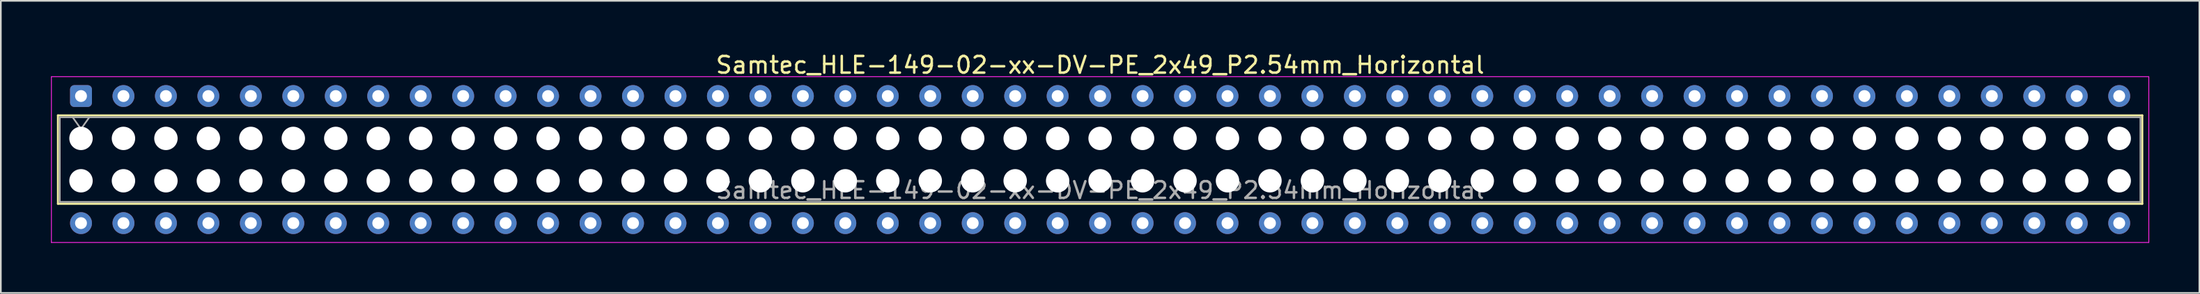
<source format=kicad_pcb>
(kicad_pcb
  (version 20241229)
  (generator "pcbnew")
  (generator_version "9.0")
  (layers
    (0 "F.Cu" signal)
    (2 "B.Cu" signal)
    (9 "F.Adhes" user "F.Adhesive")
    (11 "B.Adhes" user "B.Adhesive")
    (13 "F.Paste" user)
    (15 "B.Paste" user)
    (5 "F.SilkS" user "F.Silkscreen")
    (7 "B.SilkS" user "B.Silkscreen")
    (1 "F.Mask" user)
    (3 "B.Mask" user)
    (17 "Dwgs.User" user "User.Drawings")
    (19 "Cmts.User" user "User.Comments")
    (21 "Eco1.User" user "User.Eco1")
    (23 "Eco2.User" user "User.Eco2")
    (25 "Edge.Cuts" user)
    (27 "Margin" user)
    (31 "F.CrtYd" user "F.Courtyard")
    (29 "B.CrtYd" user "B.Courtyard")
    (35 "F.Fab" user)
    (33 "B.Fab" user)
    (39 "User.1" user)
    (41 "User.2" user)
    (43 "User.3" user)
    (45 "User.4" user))
  (footprint "Samtec_HLE-149-02-xx-DV-PE_2x49_P2.54mm_Horizontal"
    (layer "F.Cu")
    (at 1.795 2.708)
    (property "Reference" "Samtec_HLE-149-02-xx-DV-PE_2x49_P2.54mm_Horizontal" (at 60.96 -1.86 0) (layer "F.SilkS") (effects (font (size 1 1) (thickness 0.15))))
    (attr through_hole)
    (fp_line (start -1.38 1.16) (end 123.3 1.16) (stroke (width 0.12) (type solid)) (layer "F.SilkS"))
    (fp_line (start -1.38 6.46) (end -1.38 1.16) (stroke (width 0.12) (type solid)) (layer "F.SilkS"))
    (fp_line (start 123.3 1.16) (end 123.3 6.46) (stroke (width 0.12) (type solid)) (layer "F.SilkS"))
    (fp_line (start 123.3 6.46) (end -1.38 6.46) (stroke (width 0.12) (type solid)) (layer "F.SilkS"))
    (fp_line (start -1.77 -1.16) (end 123.69 -1.16) (stroke (width 0.05) (type solid)) (layer "F.CrtYd"))
    (fp_line (start -1.77 8.78) (end -1.77 -1.16) (stroke (width 0.05) (type solid)) (layer "F.CrtYd"))
    (fp_line (start 123.69 -1.16) (end 123.69 8.78) (stroke (width 0.05) (type solid)) (layer "F.CrtYd"))
    (fp_line (start 123.69 8.78) (end -1.77 8.78) (stroke (width 0.05) (type solid)) (layer "F.CrtYd"))
    (fp_line (start -1.27 1.27) (end 123.19 1.27) (stroke (width 0.1) (type solid)) (layer "F.Fab"))
    (fp_line (start -1.27 6.35) (end -1.27 1.27) (stroke (width 0.1) (type solid)) (layer "F.Fab"))
    (fp_line (start -0.5 1.27) (end 0 1.977) (stroke (width 0.1) (type solid)) (layer "F.Fab"))
    (fp_line (start 0 1.977) (end 0.5 1.27) (stroke (width 0.1) (type solid)) (layer "F.Fab"))
    (fp_line (start 123.19 1.27) (end 123.19 6.35) (stroke (width 0.1) (type solid)) (layer "F.Fab"))
    (fp_line (start 123.19 6.35) (end -1.27 6.35) (stroke (width 0.1) (type solid)) (layer "F.Fab"))
    (fp_text user "${REFERENCE}" (at 60.96 5.65 0) (layer "F.Fab") (effects (font (size 1 1) (thickness 0.15))))
    (pad "" np_thru_hole circle (at 0 2.54) (size 1.4 1.4) (drill 1.4) (layers "*.Cu" "*.Mask"))
    (pad "" np_thru_hole circle (at 0 5.08) (size 1.4 1.4) (drill 1.4) (layers "*.Cu" "*.Mask"))
    (pad "" np_thru_hole circle (at 2.54 2.54) (size 1.4 1.4) (drill 1.4) (layers "*.Cu" "*.Mask"))
    (pad "" np_thru_hole circle (at 2.54 5.08) (size 1.4 1.4) (drill 1.4) (layers "*.Cu" "*.Mask"))
    (pad "" np_thru_hole circle (at 5.08 2.54) (size 1.4 1.4) (drill 1.4) (layers "*.Cu" "*.Mask"))
    (pad "" np_thru_hole circle (at 5.08 5.08) (size 1.4 1.4) (drill 1.4) (layers "*.Cu" "*.Mask"))
    (pad "" np_thru_hole circle (at 7.62 2.54) (size 1.4 1.4) (drill 1.4) (layers "*.Cu" "*.Mask"))
    (pad "" np_thru_hole circle (at 7.62 5.08) (size 1.4 1.4) (drill 1.4) (layers "*.Cu" "*.Mask"))
    (pad "" np_thru_hole circle (at 10.16 2.54) (size 1.4 1.4) (drill 1.4) (layers "*.Cu" "*.Mask"))
    (pad "" np_thru_hole circle (at 10.16 5.08) (size 1.4 1.4) (drill 1.4) (layers "*.Cu" "*.Mask"))
    (pad "" np_thru_hole circle (at 12.7 2.54) (size 1.4 1.4) (drill 1.4) (layers "*.Cu" "*.Mask"))
    (pad "" np_thru_hole circle (at 12.7 5.08) (size 1.4 1.4) (drill 1.4) (layers "*.Cu" "*.Mask"))
    (pad "" np_thru_hole circle (at 15.24 2.54) (size 1.4 1.4) (drill 1.4) (layers "*.Cu" "*.Mask"))
    (pad "" np_thru_hole circle (at 15.24 5.08) (size 1.4 1.4) (drill 1.4) (layers "*.Cu" "*.Mask"))
    (pad "" np_thru_hole circle (at 17.78 2.54) (size 1.4 1.4) (drill 1.4) (layers "*.Cu" "*.Mask"))
    (pad "" np_thru_hole circle (at 17.78 5.08) (size 1.4 1.4) (drill 1.4) (layers "*.Cu" "*.Mask"))
    (pad "" np_thru_hole circle (at 20.32 2.54) (size 1.4 1.4) (drill 1.4) (layers "*.Cu" "*.Mask"))
    (pad "" np_thru_hole circle (at 20.32 5.08) (size 1.4 1.4) (drill 1.4) (layers "*.Cu" "*.Mask"))
    (pad "" np_thru_hole circle (at 22.86 2.54) (size 1.4 1.4) (drill 1.4) (layers "*.Cu" "*.Mask"))
    (pad "" np_thru_hole circle (at 22.86 5.08) (size 1.4 1.4) (drill 1.4) (layers "*.Cu" "*.Mask"))
    (pad "" np_thru_hole circle (at 25.4 2.54) (size 1.4 1.4) (drill 1.4) (layers "*.Cu" "*.Mask"))
    (pad "" np_thru_hole circle (at 25.4 5.08) (size 1.4 1.4) (drill 1.4) (layers "*.Cu" "*.Mask"))
    (pad "" np_thru_hole circle (at 27.94 2.54) (size 1.4 1.4) (drill 1.4) (layers "*.Cu" "*.Mask"))
    (pad "" np_thru_hole circle (at 27.94 5.08) (size 1.4 1.4) (drill 1.4) (layers "*.Cu" "*.Mask"))
    (pad "" np_thru_hole circle (at 30.48 2.54) (size 1.4 1.4) (drill 1.4) (layers "*.Cu" "*.Mask"))
    (pad "" np_thru_hole circle (at 30.48 5.08) (size 1.4 1.4) (drill 1.4) (layers "*.Cu" "*.Mask"))
    (pad "" np_thru_hole circle (at 33.02 2.54) (size 1.4 1.4) (drill 1.4) (layers "*.Cu" "*.Mask"))
    (pad "" np_thru_hole circle (at 33.02 5.08) (size 1.4 1.4) (drill 1.4) (layers "*.Cu" "*.Mask"))
    (pad "" np_thru_hole circle (at 35.56 2.54) (size 1.4 1.4) (drill 1.4) (layers "*.Cu" "*.Mask"))
    (pad "" np_thru_hole circle (at 35.56 5.08) (size 1.4 1.4) (drill 1.4) (layers "*.Cu" "*.Mask"))
    (pad "" np_thru_hole circle (at 38.1 2.54) (size 1.4 1.4) (drill 1.4) (layers "*.Cu" "*.Mask"))
    (pad "" np_thru_hole circle (at 38.1 5.08) (size 1.4 1.4) (drill 1.4) (layers "*.Cu" "*.Mask"))
    (pad "" np_thru_hole circle (at 40.64 2.54) (size 1.4 1.4) (drill 1.4) (layers "*.Cu" "*.Mask"))
    (pad "" np_thru_hole circle (at 40.64 5.08) (size 1.4 1.4) (drill 1.4) (layers "*.Cu" "*.Mask"))
    (pad "" np_thru_hole circle (at 43.18 2.54) (size 1.4 1.4) (drill 1.4) (layers "*.Cu" "*.Mask"))
    (pad "" np_thru_hole circle (at 43.18 5.08) (size 1.4 1.4) (drill 1.4) (layers "*.Cu" "*.Mask"))
    (pad "" np_thru_hole circle (at 45.72 2.54) (size 1.4 1.4) (drill 1.4) (layers "*.Cu" "*.Mask"))
    (pad "" np_thru_hole circle (at 45.72 5.08) (size 1.4 1.4) (drill 1.4) (layers "*.Cu" "*.Mask"))
    (pad "" np_thru_hole circle (at 48.26 2.54) (size 1.4 1.4) (drill 1.4) (layers "*.Cu" "*.Mask"))
    (pad "" np_thru_hole circle (at 48.26 5.08) (size 1.4 1.4) (drill 1.4) (layers "*.Cu" "*.Mask"))
    (pad "" np_thru_hole circle (at 50.8 2.54) (size 1.4 1.4) (drill 1.4) (layers "*.Cu" "*.Mask"))
    (pad "" np_thru_hole circle (at 50.8 5.08) (size 1.4 1.4) (drill 1.4) (layers "*.Cu" "*.Mask"))
    (pad "" np_thru_hole circle (at 53.34 2.54) (size 1.4 1.4) (drill 1.4) (layers "*.Cu" "*.Mask"))
    (pad "" np_thru_hole circle (at 53.34 5.08) (size 1.4 1.4) (drill 1.4) (layers "*.Cu" "*.Mask"))
    (pad "" np_thru_hole circle (at 55.88 2.54) (size 1.4 1.4) (drill 1.4) (layers "*.Cu" "*.Mask"))
    (pad "" np_thru_hole circle (at 55.88 5.08) (size 1.4 1.4) (drill 1.4) (layers "*.Cu" "*.Mask"))
    (pad "" np_thru_hole circle (at 58.42 2.54) (size 1.4 1.4) (drill 1.4) (layers "*.Cu" "*.Mask"))
    (pad "" np_thru_hole circle (at 58.42 5.08) (size 1.4 1.4) (drill 1.4) (layers "*.Cu" "*.Mask"))
    (pad "" np_thru_hole circle (at 60.96 2.54) (size 1.4 1.4) (drill 1.4) (layers "*.Cu" "*.Mask"))
    (pad "" np_thru_hole circle (at 60.96 5.08) (size 1.4 1.4) (drill 1.4) (layers "*.Cu" "*.Mask"))
    (pad "" np_thru_hole circle (at 63.5 2.54) (size 1.4 1.4) (drill 1.4) (layers "*.Cu" "*.Mask"))
    (pad "" np_thru_hole circle (at 63.5 5.08) (size 1.4 1.4) (drill 1.4) (layers "*.Cu" "*.Mask"))
    (pad "" np_thru_hole circle (at 66.04 2.54) (size 1.4 1.4) (drill 1.4) (layers "*.Cu" "*.Mask"))
    (pad "" np_thru_hole circle (at 66.04 5.08) (size 1.4 1.4) (drill 1.4) (layers "*.Cu" "*.Mask"))
    (pad "" np_thru_hole circle (at 68.58 2.54) (size 1.4 1.4) (drill 1.4) (layers "*.Cu" "*.Mask"))
    (pad "" np_thru_hole circle (at 68.58 5.08) (size 1.4 1.4) (drill 1.4) (layers "*.Cu" "*.Mask"))
    (pad "" np_thru_hole circle (at 71.12 2.54) (size 1.4 1.4) (drill 1.4) (layers "*.Cu" "*.Mask"))
    (pad "" np_thru_hole circle (at 71.12 5.08) (size 1.4 1.4) (drill 1.4) (layers "*.Cu" "*.Mask"))
    (pad "" np_thru_hole circle (at 73.66 2.54) (size 1.4 1.4) (drill 1.4) (layers "*.Cu" "*.Mask"))
    (pad "" np_thru_hole circle (at 73.66 5.08) (size 1.4 1.4) (drill 1.4) (layers "*.Cu" "*.Mask"))
    (pad "" np_thru_hole circle (at 76.2 2.54) (size 1.4 1.4) (drill 1.4) (layers "*.Cu" "*.Mask"))
    (pad "" np_thru_hole circle (at 76.2 5.08) (size 1.4 1.4) (drill 1.4) (layers "*.Cu" "*.Mask"))
    (pad "" np_thru_hole circle (at 78.74 2.54) (size 1.4 1.4) (drill 1.4) (layers "*.Cu" "*.Mask"))
    (pad "" np_thru_hole circle (at 78.74 5.08) (size 1.4 1.4) (drill 1.4) (layers "*.Cu" "*.Mask"))
    (pad "" np_thru_hole circle (at 81.28 2.54) (size 1.4 1.4) (drill 1.4) (layers "*.Cu" "*.Mask"))
    (pad "" np_thru_hole circle (at 81.28 5.08) (size 1.4 1.4) (drill 1.4) (layers "*.Cu" "*.Mask"))
    (pad "" np_thru_hole circle (at 83.82 2.54) (size 1.4 1.4) (drill 1.4) (layers "*.Cu" "*.Mask"))
    (pad "" np_thru_hole circle (at 83.82 5.08) (size 1.4 1.4) (drill 1.4) (layers "*.Cu" "*.Mask"))
    (pad "" np_thru_hole circle (at 86.36 2.54) (size 1.4 1.4) (drill 1.4) (layers "*.Cu" "*.Mask"))
    (pad "" np_thru_hole circle (at 86.36 5.08) (size 1.4 1.4) (drill 1.4) (layers "*.Cu" "*.Mask"))
    (pad "" np_thru_hole circle (at 88.9 2.54) (size 1.4 1.4) (drill 1.4) (layers "*.Cu" "*.Mask"))
    (pad "" np_thru_hole circle (at 88.9 5.08) (size 1.4 1.4) (drill 1.4) (layers "*.Cu" "*.Mask"))
    (pad "" np_thru_hole circle (at 91.44 2.54) (size 1.4 1.4) (drill 1.4) (layers "*.Cu" "*.Mask"))
    (pad "" np_thru_hole circle (at 91.44 5.08) (size 1.4 1.4) (drill 1.4) (layers "*.Cu" "*.Mask"))
    (pad "" np_thru_hole circle (at 93.98 2.54) (size 1.4 1.4) (drill 1.4) (layers "*.Cu" "*.Mask"))
    (pad "" np_thru_hole circle (at 93.98 5.08) (size 1.4 1.4) (drill 1.4) (layers "*.Cu" "*.Mask"))
    (pad "" np_thru_hole circle (at 96.52 2.54) (size 1.4 1.4) (drill 1.4) (layers "*.Cu" "*.Mask"))
    (pad "" np_thru_hole circle (at 96.52 5.08) (size 1.4 1.4) (drill 1.4) (layers "*.Cu" "*.Mask"))
    (pad "" np_thru_hole circle (at 99.06 2.54) (size 1.4 1.4) (drill 1.4) (layers "*.Cu" "*.Mask"))
    (pad "" np_thru_hole circle (at 99.06 5.08) (size 1.4 1.4) (drill 1.4) (layers "*.Cu" "*.Mask"))
    (pad "" np_thru_hole circle (at 101.6 2.54) (size 1.4 1.4) (drill 1.4) (layers "*.Cu" "*.Mask"))
    (pad "" np_thru_hole circle (at 101.6 5.08) (size 1.4 1.4) (drill 1.4) (layers "*.Cu" "*.Mask"))
    (pad "" np_thru_hole circle (at 104.14 2.54) (size 1.4 1.4) (drill 1.4) (layers "*.Cu" "*.Mask"))
    (pad "" np_thru_hole circle (at 104.14 5.08) (size 1.4 1.4) (drill 1.4) (layers "*.Cu" "*.Mask"))
    (pad "" np_thru_hole circle (at 106.68 2.54) (size 1.4 1.4) (drill 1.4) (layers "*.Cu" "*.Mask"))
    (pad "" np_thru_hole circle (at 106.68 5.08) (size 1.4 1.4) (drill 1.4) (layers "*.Cu" "*.Mask"))
    (pad "" np_thru_hole circle (at 109.22 2.54) (size 1.4 1.4) (drill 1.4) (layers "*.Cu" "*.Mask"))
    (pad "" np_thru_hole circle (at 109.22 5.08) (size 1.4 1.4) (drill 1.4) (layers "*.Cu" "*.Mask"))
    (pad "" np_thru_hole circle (at 111.76 2.54) (size 1.4 1.4) (drill 1.4) (layers "*.Cu" "*.Mask"))
    (pad "" np_thru_hole circle (at 111.76 5.08) (size 1.4 1.4) (drill 1.4) (layers "*.Cu" "*.Mask"))
    (pad "" np_thru_hole circle (at 114.3 2.54) (size 1.4 1.4) (drill 1.4) (layers "*.Cu" "*.Mask"))
    (pad "" np_thru_hole circle (at 114.3 5.08) (size 1.4 1.4) (drill 1.4) (layers "*.Cu" "*.Mask"))
    (pad "" np_thru_hole circle (at 116.84 2.54) (size 1.4 1.4) (drill 1.4) (layers "*.Cu" "*.Mask"))
    (pad "" np_thru_hole circle (at 116.84 5.08) (size 1.4 1.4) (drill 1.4) (layers "*.Cu" "*.Mask"))
    (pad "" np_thru_hole circle (at 119.38 2.54) (size 1.4 1.4) (drill 1.4) (layers "*.Cu" "*.Mask"))
    (pad "" np_thru_hole circle (at 119.38 5.08) (size 1.4 1.4) (drill 1.4) (layers "*.Cu" "*.Mask"))
    (pad "" np_thru_hole circle (at 121.92 2.54) (size 1.4 1.4) (drill 1.4) (layers "*.Cu" "*.Mask"))
    (pad "" np_thru_hole circle (at 121.92 5.08) (size 1.4 1.4) (drill 1.4) (layers "*.Cu" "*.Mask"))
    (pad "1" thru_hole roundrect (at 0 0) (size 1.31 1.31) (drill 0.71) (layers "*.Cu" "*.Mask") (roundrect_rratio 0.191))
    (pad "2" thru_hole circle (at 0 7.62) (size 1.31 1.31) (drill 0.71) (layers "*.Cu" "*.Mask"))
    (pad "3" thru_hole circle (at 2.54 0) (size 1.31 1.31) (drill 0.71) (layers "*.Cu" "*.Mask"))
    (pad "4" thru_hole circle (at 2.54 7.62) (size 1.31 1.31) (drill 0.71) (layers "*.Cu" "*.Mask"))
    (pad "5" thru_hole circle (at 5.08 0) (size 1.31 1.31) (drill 0.71) (layers "*.Cu" "*.Mask"))
    (pad "6" thru_hole circle (at 5.08 7.62) (size 1.31 1.31) (drill 0.71) (layers "*.Cu" "*.Mask"))
    (pad "7" thru_hole circle (at 7.62 0) (size 1.31 1.31) (drill 0.71) (layers "*.Cu" "*.Mask"))
    (pad "8" thru_hole circle (at 7.62 7.62) (size 1.31 1.31) (drill 0.71) (layers "*.Cu" "*.Mask"))
    (pad "9" thru_hole circle (at 10.16 0) (size 1.31 1.31) (drill 0.71) (layers "*.Cu" "*.Mask"))
    (pad "10" thru_hole circle (at 10.16 7.62) (size 1.31 1.31) (drill 0.71) (layers "*.Cu" "*.Mask"))
    (pad "11" thru_hole circle (at 12.7 0) (size 1.31 1.31) (drill 0.71) (layers "*.Cu" "*.Mask"))
    (pad "12" thru_hole circle (at 12.7 7.62) (size 1.31 1.31) (drill 0.71) (layers "*.Cu" "*.Mask"))
    (pad "13" thru_hole circle (at 15.24 0) (size 1.31 1.31) (drill 0.71) (layers "*.Cu" "*.Mask"))
    (pad "14" thru_hole circle (at 15.24 7.62) (size 1.31 1.31) (drill 0.71) (layers "*.Cu" "*.Mask"))
    (pad "15" thru_hole circle (at 17.78 0) (size 1.31 1.31) (drill 0.71) (layers "*.Cu" "*.Mask"))
    (pad "16" thru_hole circle (at 17.78 7.62) (size 1.31 1.31) (drill 0.71) (layers "*.Cu" "*.Mask"))
    (pad "17" thru_hole circle (at 20.32 0) (size 1.31 1.31) (drill 0.71) (layers "*.Cu" "*.Mask"))
    (pad "18" thru_hole circle (at 20.32 7.62) (size 1.31 1.31) (drill 0.71) (layers "*.Cu" "*.Mask"))
    (pad "19" thru_hole circle (at 22.86 0) (size 1.31 1.31) (drill 0.71) (layers "*.Cu" "*.Mask"))
    (pad "20" thru_hole circle (at 22.86 7.62) (size 1.31 1.31) (drill 0.71) (layers "*.Cu" "*.Mask"))
    (pad "21" thru_hole circle (at 25.4 0) (size 1.31 1.31) (drill 0.71) (layers "*.Cu" "*.Mask"))
    (pad "22" thru_hole circle (at 25.4 7.62) (size 1.31 1.31) (drill 0.71) (layers "*.Cu" "*.Mask"))
    (pad "23" thru_hole circle (at 27.94 0) (size 1.31 1.31) (drill 0.71) (layers "*.Cu" "*.Mask"))
    (pad "24" thru_hole circle (at 27.94 7.62) (size 1.31 1.31) (drill 0.71) (layers "*.Cu" "*.Mask"))
    (pad "25" thru_hole circle (at 30.48 0) (size 1.31 1.31) (drill 0.71) (layers "*.Cu" "*.Mask"))
    (pad "26" thru_hole circle (at 30.48 7.62) (size 1.31 1.31) (drill 0.71) (layers "*.Cu" "*.Mask"))
    (pad "27" thru_hole circle (at 33.02 0) (size 1.31 1.31) (drill 0.71) (layers "*.Cu" "*.Mask"))
    (pad "28" thru_hole circle (at 33.02 7.62) (size 1.31 1.31) (drill 0.71) (layers "*.Cu" "*.Mask"))
    (pad "29" thru_hole circle (at 35.56 0) (size 1.31 1.31) (drill 0.71) (layers "*.Cu" "*.Mask"))
    (pad "30" thru_hole circle (at 35.56 7.62) (size 1.31 1.31) (drill 0.71) (layers "*.Cu" "*.Mask"))
    (pad "31" thru_hole circle (at 38.1 0) (size 1.31 1.31) (drill 0.71) (layers "*.Cu" "*.Mask"))
    (pad "32" thru_hole circle (at 38.1 7.62) (size 1.31 1.31) (drill 0.71) (layers "*.Cu" "*.Mask"))
    (pad "33" thru_hole circle (at 40.64 0) (size 1.31 1.31) (drill 0.71) (layers "*.Cu" "*.Mask"))
    (pad "34" thru_hole circle (at 40.64 7.62) (size 1.31 1.31) (drill 0.71) (layers "*.Cu" "*.Mask"))
    (pad "35" thru_hole circle (at 43.18 0) (size 1.31 1.31) (drill 0.71) (layers "*.Cu" "*.Mask"))
    (pad "36" thru_hole circle (at 43.18 7.62) (size 1.31 1.31) (drill 0.71) (layers "*.Cu" "*.Mask"))
    (pad "37" thru_hole circle (at 45.72 0) (size 1.31 1.31) (drill 0.71) (layers "*.Cu" "*.Mask"))
    (pad "38" thru_hole circle (at 45.72 7.62) (size 1.31 1.31) (drill 0.71) (layers "*.Cu" "*.Mask"))
    (pad "39" thru_hole circle (at 48.26 0) (size 1.31 1.31) (drill 0.71) (layers "*.Cu" "*.Mask"))
    (pad "40" thru_hole circle (at 48.26 7.62) (size 1.31 1.31) (drill 0.71) (layers "*.Cu" "*.Mask"))
    (pad "41" thru_hole circle (at 50.8 0) (size 1.31 1.31) (drill 0.71) (layers "*.Cu" "*.Mask"))
    (pad "42" thru_hole circle (at 50.8 7.62) (size 1.31 1.31) (drill 0.71) (layers "*.Cu" "*.Mask"))
    (pad "43" thru_hole circle (at 53.34 0) (size 1.31 1.31) (drill 0.71) (layers "*.Cu" "*.Mask"))
    (pad "44" thru_hole circle (at 53.34 7.62) (size 1.31 1.31) (drill 0.71) (layers "*.Cu" "*.Mask"))
    (pad "45" thru_hole circle (at 55.88 0) (size 1.31 1.31) (drill 0.71) (layers "*.Cu" "*.Mask"))
    (pad "46" thru_hole circle (at 55.88 7.62) (size 1.31 1.31) (drill 0.71) (layers "*.Cu" "*.Mask"))
    (pad "47" thru_hole circle (at 58.42 0) (size 1.31 1.31) (drill 0.71) (layers "*.Cu" "*.Mask"))
    (pad "48" thru_hole circle (at 58.42 7.62) (size 1.31 1.31) (drill 0.71) (layers "*.Cu" "*.Mask"))
    (pad "49" thru_hole circle (at 60.96 0) (size 1.31 1.31) (drill 0.71) (layers "*.Cu" "*.Mask"))
    (pad "50" thru_hole circle (at 60.96 7.62) (size 1.31 1.31) (drill 0.71) (layers "*.Cu" "*.Mask"))
    (pad "51" thru_hole circle (at 63.5 0) (size 1.31 1.31) (drill 0.71) (layers "*.Cu" "*.Mask"))
    (pad "52" thru_hole circle (at 63.5 7.62) (size 1.31 1.31) (drill 0.71) (layers "*.Cu" "*.Mask"))
    (pad "53" thru_hole circle (at 66.04 0) (size 1.31 1.31) (drill 0.71) (layers "*.Cu" "*.Mask"))
    (pad "54" thru_hole circle (at 66.04 7.62) (size 1.31 1.31) (drill 0.71) (layers "*.Cu" "*.Mask"))
    (pad "55" thru_hole circle (at 68.58 0) (size 1.31 1.31) (drill 0.71) (layers "*.Cu" "*.Mask"))
    (pad "56" thru_hole circle (at 68.58 7.62) (size 1.31 1.31) (drill 0.71) (layers "*.Cu" "*.Mask"))
    (pad "57" thru_hole circle (at 71.12 0) (size 1.31 1.31) (drill 0.71) (layers "*.Cu" "*.Mask"))
    (pad "58" thru_hole circle (at 71.12 7.62) (size 1.31 1.31) (drill 0.71) (layers "*.Cu" "*.Mask"))
    (pad "59" thru_hole circle (at 73.66 0) (size 1.31 1.31) (drill 0.71) (layers "*.Cu" "*.Mask"))
    (pad "60" thru_hole circle (at 73.66 7.62) (size 1.31 1.31) (drill 0.71) (layers "*.Cu" "*.Mask"))
    (pad "61" thru_hole circle (at 76.2 0) (size 1.31 1.31) (drill 0.71) (layers "*.Cu" "*.Mask"))
    (pad "62" thru_hole circle (at 76.2 7.62) (size 1.31 1.31) (drill 0.71) (layers "*.Cu" "*.Mask"))
    (pad "63" thru_hole circle (at 78.74 0) (size 1.31 1.31) (drill 0.71) (layers "*.Cu" "*.Mask"))
    (pad "64" thru_hole circle (at 78.74 7.62) (size 1.31 1.31) (drill 0.71) (layers "*.Cu" "*.Mask"))
    (pad "65" thru_hole circle (at 81.28 0) (size 1.31 1.31) (drill 0.71) (layers "*.Cu" "*.Mask"))
    (pad "66" thru_hole circle (at 81.28 7.62) (size 1.31 1.31) (drill 0.71) (layers "*.Cu" "*.Mask"))
    (pad "67" thru_hole circle (at 83.82 0) (size 1.31 1.31) (drill 0.71) (layers "*.Cu" "*.Mask"))
    (pad "68" thru_hole circle (at 83.82 7.62) (size 1.31 1.31) (drill 0.71) (layers "*.Cu" "*.Mask"))
    (pad "69" thru_hole circle (at 86.36 0) (size 1.31 1.31) (drill 0.71) (layers "*.Cu" "*.Mask"))
    (pad "70" thru_hole circle (at 86.36 7.62) (size 1.31 1.31) (drill 0.71) (layers "*.Cu" "*.Mask"))
    (pad "71" thru_hole circle (at 88.9 0) (size 1.31 1.31) (drill 0.71) (layers "*.Cu" "*.Mask"))
    (pad "72" thru_hole circle (at 88.9 7.62) (size 1.31 1.31) (drill 0.71) (layers "*.Cu" "*.Mask"))
    (pad "73" thru_hole circle (at 91.44 0) (size 1.31 1.31) (drill 0.71) (layers "*.Cu" "*.Mask"))
    (pad "74" thru_hole circle (at 91.44 7.62) (size 1.31 1.31) (drill 0.71) (layers "*.Cu" "*.Mask"))
    (pad "75" thru_hole circle (at 93.98 0) (size 1.31 1.31) (drill 0.71) (layers "*.Cu" "*.Mask"))
    (pad "76" thru_hole circle (at 93.98 7.62) (size 1.31 1.31) (drill 0.71) (layers "*.Cu" "*.Mask"))
    (pad "77" thru_hole circle (at 96.52 0) (size 1.31 1.31) (drill 0.71) (layers "*.Cu" "*.Mask"))
    (pad "78" thru_hole circle (at 96.52 7.62) (size 1.31 1.31) (drill 0.71) (layers "*.Cu" "*.Mask"))
    (pad "79" thru_hole circle (at 99.06 0) (size 1.31 1.31) (drill 0.71) (layers "*.Cu" "*.Mask"))
    (pad "80" thru_hole circle (at 99.06 7.62) (size 1.31 1.31) (drill 0.71) (layers "*.Cu" "*.Mask"))
    (pad "81" thru_hole circle (at 101.6 0) (size 1.31 1.31) (drill 0.71) (layers "*.Cu" "*.Mask"))
    (pad "82" thru_hole circle (at 101.6 7.62) (size 1.31 1.31) (drill 0.71) (layers "*.Cu" "*.Mask"))
    (pad "83" thru_hole circle (at 104.14 0) (size 1.31 1.31) (drill 0.71) (layers "*.Cu" "*.Mask"))
    (pad "84" thru_hole circle (at 104.14 7.62) (size 1.31 1.31) (drill 0.71) (layers "*.Cu" "*.Mask"))
    (pad "85" thru_hole circle (at 106.68 0) (size 1.31 1.31) (drill 0.71) (layers "*.Cu" "*.Mask"))
    (pad "86" thru_hole circle (at 106.68 7.62) (size 1.31 1.31) (drill 0.71) (layers "*.Cu" "*.Mask"))
    (pad "87" thru_hole circle (at 109.22 0) (size 1.31 1.31) (drill 0.71) (layers "*.Cu" "*.Mask"))
    (pad "88" thru_hole circle (at 109.22 7.62) (size 1.31 1.31) (drill 0.71) (layers "*.Cu" "*.Mask"))
    (pad "89" thru_hole circle (at 111.76 0) (size 1.31 1.31) (drill 0.71) (layers "*.Cu" "*.Mask"))
    (pad "90" thru_hole circle (at 111.76 7.62) (size 1.31 1.31) (drill 0.71) (layers "*.Cu" "*.Mask"))
    (pad "91" thru_hole circle (at 114.3 0) (size 1.31 1.31) (drill 0.71) (layers "*.Cu" "*.Mask"))
    (pad "92" thru_hole circle (at 114.3 7.62) (size 1.31 1.31) (drill 0.71) (layers "*.Cu" "*.Mask"))
    (pad "93" thru_hole circle (at 116.84 0) (size 1.31 1.31) (drill 0.71) (layers "*.Cu" "*.Mask"))
    (pad "94" thru_hole circle (at 116.84 7.62) (size 1.31 1.31) (drill 0.71) (layers "*.Cu" "*.Mask"))
    (pad "95" thru_hole circle (at 119.38 0) (size 1.31 1.31) (drill 0.71) (layers "*.Cu" "*.Mask"))
    (pad "96" thru_hole circle (at 119.38 7.62) (size 1.31 1.31) (drill 0.71) (layers "*.Cu" "*.Mask"))
    (pad "97" thru_hole circle (at 121.92 0) (size 1.31 1.31) (drill 0.71) (layers "*.Cu" "*.Mask"))
    (pad "98" thru_hole circle (at 121.92 7.62) (size 1.31 1.31) (drill 0.71) (layers "*.Cu" "*.Mask")))
  (gr_rect
    (start -3 -3)
    (end 128.51 14.513)
    (stroke (width 0.1) (type default))
    (fill no)
    (layer "Edge.Cuts")))
</source>
